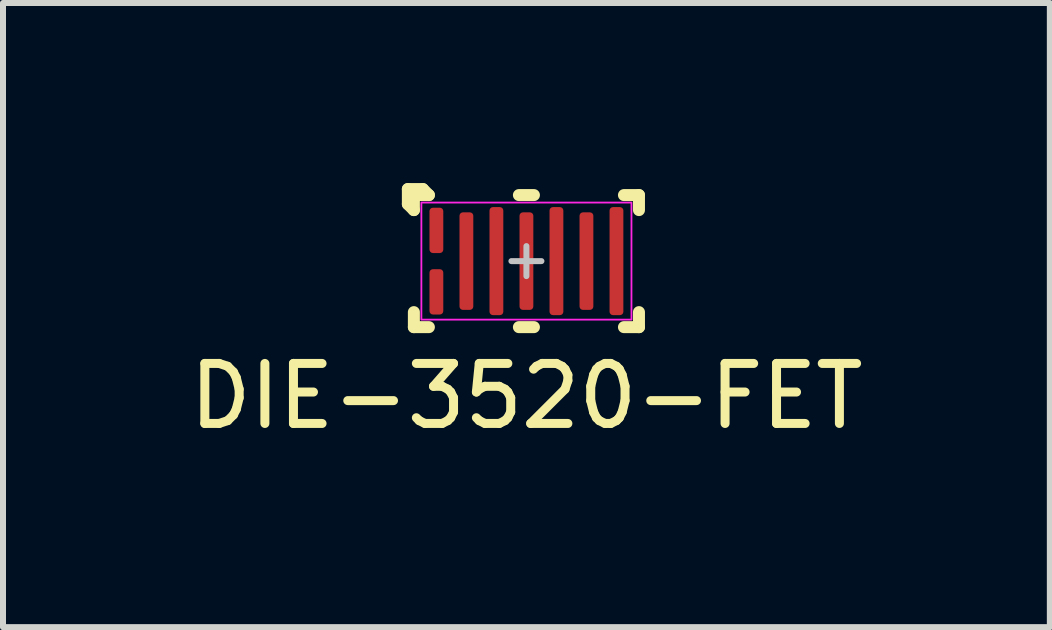
<source format=kicad_pcb>
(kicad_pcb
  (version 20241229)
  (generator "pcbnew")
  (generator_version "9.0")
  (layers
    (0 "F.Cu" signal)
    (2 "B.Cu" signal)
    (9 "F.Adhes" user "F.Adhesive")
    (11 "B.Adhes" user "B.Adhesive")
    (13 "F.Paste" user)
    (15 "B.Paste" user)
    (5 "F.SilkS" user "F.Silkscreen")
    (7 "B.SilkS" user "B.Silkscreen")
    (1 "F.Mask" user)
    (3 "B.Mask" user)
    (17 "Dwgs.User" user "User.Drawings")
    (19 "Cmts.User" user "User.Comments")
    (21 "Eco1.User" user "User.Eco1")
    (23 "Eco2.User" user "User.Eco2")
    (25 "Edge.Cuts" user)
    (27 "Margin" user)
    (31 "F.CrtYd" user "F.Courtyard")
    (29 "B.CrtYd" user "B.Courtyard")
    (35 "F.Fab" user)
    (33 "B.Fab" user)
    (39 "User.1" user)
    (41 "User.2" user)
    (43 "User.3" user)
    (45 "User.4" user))
  (footprint "DIE-3520-FET"
    (layer "F.Cu")
    (at 5.72 1.3)
    (property "Reference" "DIE-3520-FET" (at 0 2.25 0) (unlocked yes) (layer "F.SilkS") (effects (font (size 1 1) (thickness 0.15))))
    (attr smd)
    (fp_line (start -1.975 -0.95) (end -1.975 -1.2) (stroke (width 0.2) (type solid)) (layer "F.SilkS"))
    (fp_line (start -1.875 -1.1) (end -1.875 -0.85) (stroke (width 0.2) (type solid)) (layer "F.SilkS"))
    (fp_line (start -1.875 -0.85) (end -1.975 -0.95) (stroke (width 0.2) (type solid)) (layer "F.SilkS"))
    (fp_line (start -1.875 0.85) (end -1.875 1.1) (stroke (width 0.2) (type solid)) (layer "F.SilkS"))
    (fp_line (start -1.875 1.1) (end -1.625 1.1) (stroke (width 0.2) (type solid)) (layer "F.SilkS"))
    (fp_line (start -1.725 -1.2) (end -1.975 -1.2) (stroke (width 0.2) (type solid)) (layer "F.SilkS"))
    (fp_line (start -1.625 -1.1) (end -1.875 -1.1) (stroke (width 0.2) (type solid)) (layer "F.SilkS"))
    (fp_line (start -1.625 -1.1) (end -1.725 -1.2) (stroke (width 0.2) (type solid)) (layer "F.SilkS"))
    (fp_line (start -0.125 -1.1) (end 0.125 -1.1) (stroke (width 0.2) (type solid)) (layer "F.SilkS"))
    (fp_line (start -0.125 1.1) (end 0.125 1.1) (stroke (width 0.2) (type solid)) (layer "F.SilkS"))
    (fp_line (start 1.625 1.1) (end 1.875 1.1) (stroke (width 0.2) (type solid)) (layer "F.SilkS"))
    (fp_line (start 1.875 -1.1) (end 1.625 -1.1) (stroke (width 0.2) (type solid)) (layer "F.SilkS"))
    (fp_line (start 1.875 -0.85) (end 1.875 -1.1) (stroke (width 0.2) (type solid)) (layer "F.SilkS"))
    (fp_line (start 1.875 1.1) (end 1.875 0.85) (stroke (width 0.2) (type solid)) (layer "F.SilkS"))
    (fp_line (start -0.25 0) (end 0.25 0) (stroke (width 0.1) (type solid)) (layer "Dwgs.User"))
    (fp_line (start 0 -0.25) (end 0 0.25) (stroke (width 0.1) (type solid)) (layer "Dwgs.User"))
    (fp_rect (start -1.75 -0.975) (end 1.75 0.975) (stroke (width 0.03) (type solid)) (fill no) (layer "F.CrtYd"))
    (pad "D" smd roundrect (at -1 0 90) (size 1.625 0.23) (layers "F.Cu" "F.Mask" "F.Paste") (roundrect_rratio 0.25))
    (pad "D" smd roundrect (at 0 0 90) (size 1.625 0.23) (layers "F.Cu" "F.Mask" "F.Paste") (roundrect_rratio 0.25))
    (pad "D" smd roundrect (at 1 0 90) (size 1.625 0.23) (layers "F.Cu" "F.Mask" "F.Paste") (roundrect_rratio 0.25))
    (pad "G" smd roundrect (at -1.5 -0.512 90) (size 0.755 0.23) (layers "F.Cu" "F.Mask" "F.Paste") (roundrect_rratio 0.25))
    (pad "S" smd roundrect (at -1.5 0.512 90) (size 0.755 0.23) (layers "F.Cu" "F.Mask" "F.Paste") (roundrect_rratio 0.25))
    (pad "S" smd roundrect (at -0.5 0 90) (size 1.8 0.23) (layers "F.Cu" "F.Mask" "F.Paste") (roundrect_rratio 0.25))
    (pad "S" smd roundrect (at 0.5 0 90) (size 1.8 0.23) (layers "F.Cu" "F.Mask" "F.Paste") (roundrect_rratio 0.25))
    (pad "S" smd roundrect (at 1.5 0 90) (size 1.8 0.23) (layers "F.Cu" "F.Mask" "F.Paste") (roundrect_rratio 0.25)))
  (gr_rect
    (start -3 -3)
    (end 14.44 7.398)
    (stroke (width 0.1) (type default))
    (fill no)
    (layer "Edge.Cuts")))
</source>
